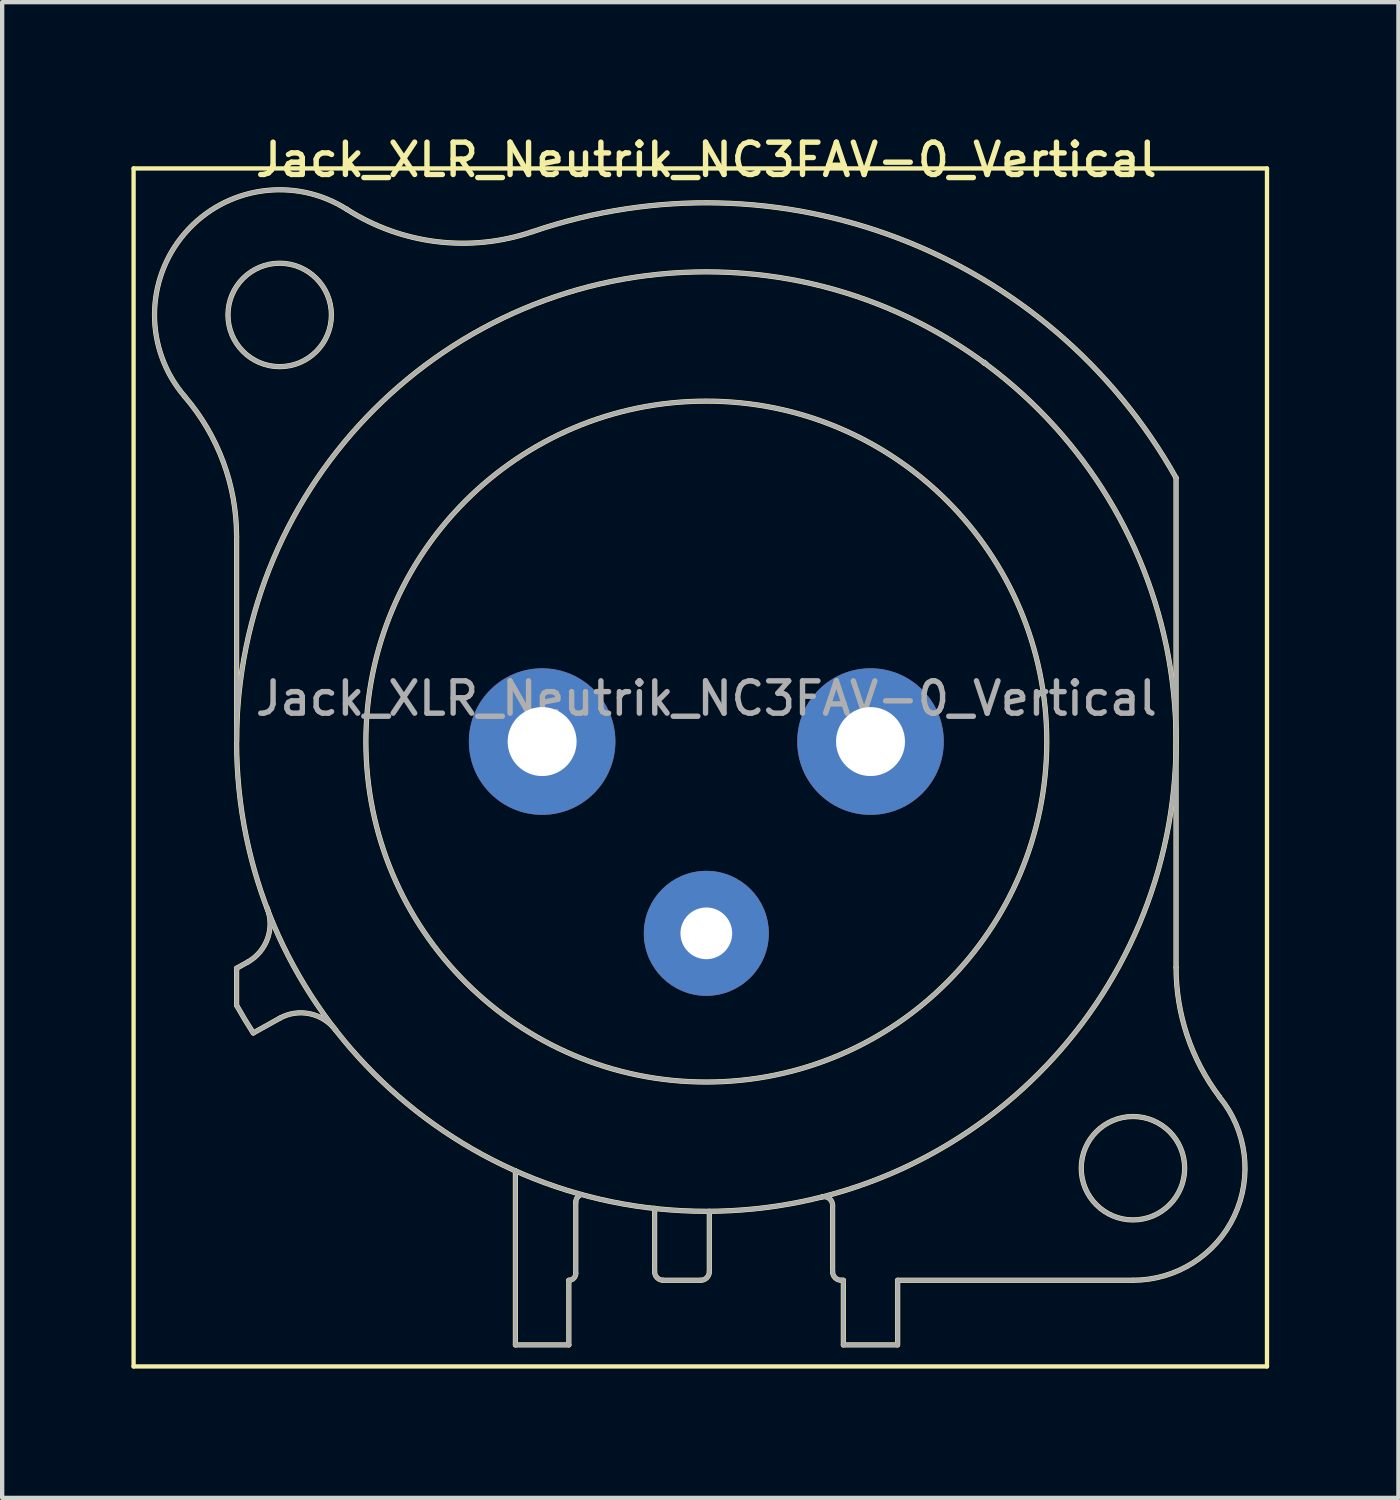
<source format=kicad_pcb>
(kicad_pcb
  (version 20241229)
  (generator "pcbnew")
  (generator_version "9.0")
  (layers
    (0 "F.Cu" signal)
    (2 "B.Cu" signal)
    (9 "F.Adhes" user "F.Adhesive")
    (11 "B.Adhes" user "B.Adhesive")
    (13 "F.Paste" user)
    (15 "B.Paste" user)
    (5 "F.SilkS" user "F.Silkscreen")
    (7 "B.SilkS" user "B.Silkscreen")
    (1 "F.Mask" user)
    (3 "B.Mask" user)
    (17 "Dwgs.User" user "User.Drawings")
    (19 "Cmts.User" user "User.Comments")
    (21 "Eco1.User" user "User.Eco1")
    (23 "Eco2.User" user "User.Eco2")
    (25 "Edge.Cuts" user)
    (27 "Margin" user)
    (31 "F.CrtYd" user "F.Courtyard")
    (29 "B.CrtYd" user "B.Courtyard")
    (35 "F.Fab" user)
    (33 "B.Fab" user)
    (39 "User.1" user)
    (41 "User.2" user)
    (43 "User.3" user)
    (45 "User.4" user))
  (footprint "Jack_XLR_Neutrik_NC3FAV-0_Vertical"
    (layer "F.Cu")
    (at 17.15 14.158)
    (property "Reference" "Jack_XLR_Neutrik_NC3FAV-0_Vertical" (at -3.81 -13.5 0) (layer "F.SilkS") (effects (font (size 0.75 0.75) (thickness 0.125))))
    (attr through_hole)
    (fp_line (start -17.1 -13.3) (end 9.2 -13.3) (stroke (width 0.1) (type solid)) (layer "F.SilkS"))
    (fp_line (start -17.1 14.5) (end -17.1 -13.3) (stroke (width 0.1) (type solid)) (layer "F.SilkS"))
    (fp_line (start -14.71 0) (end -14.71 -4.76) (stroke (width 0.12) (type solid)) (layer "F.SilkS"))
    (fp_line (start -14.71 5.26) (end -14.71 6.12) (stroke (width 0.12) (type solid)) (layer "F.SilkS"))
    (fp_line (start -14.44 5.11) (end -14.71 5.26) (stroke (width 0.12) (type solid)) (layer "F.SilkS"))
    (fp_line (start -14.32 6.76) (end -13.71 6.42) (stroke (width 0.12) (type solid)) (layer "F.SilkS"))
    (fp_line (start -8.24 9.96) (end -8.24 14) (stroke (width 0.12) (type solid)) (layer "F.SilkS"))
    (fp_line (start -7 12.5) (end -7 14) (stroke (width 0.12) (type solid)) (layer "F.SilkS"))
    (fp_line (start -7 14) (end -8.24 14) (stroke (width 0.12) (type solid)) (layer "F.SilkS"))
    (fp_line (start -6.84 12.34) (end -6.84 10.69) (stroke (width 0.12) (type solid)) (layer "F.SilkS"))
    (fp_line (start -5.01 10.83) (end -5.01 12.3) (stroke (width 0.12) (type solid)) (layer "F.SilkS"))
    (fp_line (start -3.94 12.5) (end -4.81 12.5) (stroke (width 0.12) (type solid)) (layer "F.SilkS"))
    (fp_line (start -3.74 10.9) (end -3.74 12.3) (stroke (width 0.12) (type solid)) (layer "F.SilkS"))
    (fp_line (start -0.88 12.3) (end -0.88 10.76) (stroke (width 0.12) (type solid)) (layer "F.SilkS"))
    (fp_line (start -0.63 12.5) (end -0.68 12.5) (stroke (width 0.12) (type solid)) (layer "F.SilkS"))
    (fp_line (start -0.63 12.5) (end -0.63 14) (stroke (width 0.12) (type solid)) (layer "F.SilkS"))
    (fp_line (start 0.62 14) (end -0.63 14) (stroke (width 0.12) (type solid)) (layer "F.SilkS"))
    (fp_line (start 0.63 12.5) (end 6.09 12.5) (stroke (width 0.12) (type solid)) (layer "F.SilkS"))
    (fp_line (start 0.63 14) (end 0.63 12.5) (stroke (width 0.12) (type solid)) (layer "F.SilkS"))
    (fp_line (start 7.09 5.24) (end 7.09 -6.12) (stroke (width 0.12) (type solid)) (layer "F.SilkS"))
    (fp_line (start 9.2 -13.3) (end 9.2 14.5) (stroke (width 0.1) (type solid)) (layer "F.SilkS"))
    (fp_line (start 9.2 14.5) (end -17.1 14.5) (stroke (width 0.1) (type solid)) (layer "F.SilkS"))
    (fp_arc (start -15.908829 -8.000856) (mid -15.019313 -6.48774) (end -14.71 -4.76) (stroke (width 0.12) (type solid)) (layer "F.SilkS"))
    (fp_arc (start -15.908236 -8.001617) (mid -15.907486 -11.799251) (end -12.15 -12.35) (stroke (width 0.12) (type solid)) (layer "F.SilkS"))
    (fp_arc (start -14.32314 6.763008) (mid -14.521396 6.444407) (end -14.71 6.12) (stroke (width 0.12) (type solid)) (layer "F.SilkS"))
    (fp_arc (start -14.004283 3.855674) (mid -13.989213 4.56375) (end -14.44 5.11) (stroke (width 0.12) (type solid)) (layer "F.SilkS"))
    (fp_arc (start -13.71 6.42) (mid -13.01025 6.315915) (end -12.412202 6.693832) (stroke (width 0.12) (type solid)) (layer "F.SilkS"))
    (fp_arc (start -7.848035 -11.831177) (mid -10.058192 -11.599923) (end -12.15 -12.35) (stroke (width 0.12) (type solid)) (layer "F.SilkS"))
    (fp_arc (start -7.841153 -11.83276) (mid 0.657009 -11.675197) (end 7.09 -6.12) (stroke (width 0.12) (type solid)) (layer "F.SilkS"))
    (fp_arc (start -6.84 10.69) (mid -6.803713 10.578321) (end -6.708713 10.509299) (stroke (width 0.12) (type solid)) (layer "F.SilkS"))
    (fp_arc (start -6.84 12.34) (mid -6.886863 12.453137) (end -7 12.5) (stroke (width 0.12) (type solid)) (layer "F.SilkS"))
    (fp_arc (start -4.81 12.5) (mid -4.951421 12.441421) (end -5.01 12.3) (stroke (width 0.12) (type solid)) (layer "F.SilkS"))
    (fp_arc (start -3.74 12.3) (mid -3.798579 12.441421) (end -3.94 12.5) (stroke (width 0.12) (type solid)) (layer "F.SilkS"))
    (fp_arc (start -1.1294 10.566197) (mid -0.957281 10.602076) (end -0.88 10.76) (stroke (width 0.12) (type solid)) (layer "F.SilkS"))
    (fp_arc (start -0.68 12.5) (mid -0.821421 12.441421) (end -0.88 12.3) (stroke (width 0.12) (type solid)) (layer "F.SilkS"))
    (fp_arc (start 2.636924 -8.782671) (mid 2.628394 -8.791269) (end 2.62 -8.8) (stroke (width 0.12) (type solid)) (layer "F.SilkS"))
    (fp_arc (start 2.680052 -8.767734) (mid 2.65973 -8.7835) (end 2.64 -8.8) (stroke (width 0.12) (type solid)) (layer "F.SilkS"))
    (fp_arc (start 8.095865 8.245761) (mid 8.441704 11.008824) (end 6.09 12.5) (stroke (width 0.12) (type solid)) (layer "F.SilkS"))
    (fp_arc (start 8.098032 8.243976) (mid 7.348729 6.824298) (end 7.09 5.24) (stroke (width 0.12) (type solid)) (layer "F.SilkS"))
    (fp_circle (center -13.71 -9.9) (end -12.51 -9.9) (stroke (width 0.12) (type solid)) (fill no) (layer "F.SilkS"))
    (fp_circle (center -3.81 0) (end 4.09 0) (stroke (width 0.12) (type solid)) (fill no) (layer "F.SilkS"))
    (fp_circle (center -3.81 0) (end 7.09 0) (stroke (width 0.12) (type solid)) (fill no) (layer "F.SilkS"))
    (fp_circle (center 6.09 9.9) (end 7.29 9.9) (stroke (width 0.12) (type solid)) (fill no) (layer "F.SilkS"))
    (fp_line (start -14.71 0) (end -14.71 -4.76) (stroke (width 0.1) (type solid)) (layer "F.Fab"))
    (fp_line (start -14.71 5.26) (end -14.71 6.12) (stroke (width 0.1) (type solid)) (layer "F.Fab"))
    (fp_line (start -14.44 5.11) (end -14.71 5.26) (stroke (width 0.1) (type solid)) (layer "F.Fab"))
    (fp_line (start -14.32 6.76) (end -13.71 6.42) (stroke (width 0.1) (type solid)) (layer "F.Fab"))
    (fp_line (start -8.24 9.96) (end -8.24 14) (stroke (width 0.1) (type solid)) (layer "F.Fab"))
    (fp_line (start -7 12.5) (end -7 14) (stroke (width 0.1) (type solid)) (layer "F.Fab"))
    (fp_line (start -7 14) (end -8.24 14) (stroke (width 0.1) (type solid)) (layer "F.Fab"))
    (fp_line (start -6.84 12.34) (end -6.84 10.69) (stroke (width 0.1) (type solid)) (layer "F.Fab"))
    (fp_line (start -5.01 10.83) (end -5.01 12.3) (stroke (width 0.1) (type solid)) (layer "F.Fab"))
    (fp_line (start -3.94 12.5) (end -4.81 12.5) (stroke (width 0.1) (type solid)) (layer "F.Fab"))
    (fp_line (start -3.74 10.9) (end -3.74 12.3) (stroke (width 0.1) (type solid)) (layer "F.Fab"))
    (fp_line (start -0.88 12.3) (end -0.88 10.76) (stroke (width 0.1) (type solid)) (layer "F.Fab"))
    (fp_line (start -0.63 12.5) (end -0.68 12.5) (stroke (width 0.1) (type solid)) (layer "F.Fab"))
    (fp_line (start -0.63 12.5) (end -0.63 14) (stroke (width 0.1) (type solid)) (layer "F.Fab"))
    (fp_line (start 0.62 14) (end -0.63 14) (stroke (width 0.1) (type solid)) (layer "F.Fab"))
    (fp_line (start 0.63 12.5) (end 6.09 12.5) (stroke (width 0.1) (type solid)) (layer "F.Fab"))
    (fp_line (start 0.63 14) (end 0.63 12.5) (stroke (width 0.1) (type solid)) (layer "F.Fab"))
    (fp_line (start 7.09 5.24) (end 7.09 -6.12) (stroke (width 0.1) (type solid)) (layer "F.Fab"))
    (fp_arc (start -15.908829 -8.000856) (mid -15.019313 -6.48774) (end -14.71 -4.76) (stroke (width 0.1) (type solid)) (layer "F.Fab"))
    (fp_arc (start -15.908236 -8.001617) (mid -15.907486 -11.799251) (end -12.15 -12.35) (stroke (width 0.1) (type solid)) (layer "F.Fab"))
    (fp_arc (start -14.32314 6.763008) (mid -14.521396 6.444407) (end -14.71 6.12) (stroke (width 0.1) (type solid)) (layer "F.Fab"))
    (fp_arc (start -14.004283 3.855674) (mid -13.989213 4.56375) (end -14.44 5.11) (stroke (width 0.1) (type solid)) (layer "F.Fab"))
    (fp_arc (start -13.71 6.42) (mid -13.01025 6.315915) (end -12.412202 6.693832) (stroke (width 0.1) (type solid)) (layer "F.Fab"))
    (fp_arc (start -7.848035 -11.831177) (mid -10.058192 -11.599923) (end -12.15 -12.35) (stroke (width 0.1) (type solid)) (layer "F.Fab"))
    (fp_arc (start -7.841153 -11.83276) (mid 0.657009 -11.675197) (end 7.09 -6.12) (stroke (width 0.1) (type solid)) (layer "F.Fab"))
    (fp_arc (start -6.84 10.69) (mid -6.803713 10.578321) (end -6.708713 10.509299) (stroke (width 0.1) (type solid)) (layer "F.Fab"))
    (fp_arc (start -6.84 12.34) (mid -6.886863 12.453137) (end -7 12.5) (stroke (width 0.1) (type solid)) (layer "F.Fab"))
    (fp_arc (start -4.81 12.5) (mid -4.951421 12.441421) (end -5.01 12.3) (stroke (width 0.1) (type solid)) (layer "F.Fab"))
    (fp_arc (start -3.74 12.3) (mid -3.798579 12.441421) (end -3.94 12.5) (stroke (width 0.1) (type solid)) (layer "F.Fab"))
    (fp_arc (start -1.1294 10.566197) (mid -0.957281 10.602076) (end -0.88 10.76) (stroke (width 0.1) (type solid)) (layer "F.Fab"))
    (fp_arc (start -0.68 12.5) (mid -0.821421 12.441421) (end -0.88 12.3) (stroke (width 0.1) (type solid)) (layer "F.Fab"))
    (fp_arc (start 2.636924 -8.782671) (mid 2.628394 -8.791269) (end 2.62 -8.8) (stroke (width 0.1) (type solid)) (layer "F.Fab"))
    (fp_arc (start 2.680052 -8.767734) (mid 2.65973 -8.7835) (end 2.64 -8.8) (stroke (width 0.1) (type solid)) (layer "F.Fab"))
    (fp_arc (start 8.095865 8.245761) (mid 8.441704 11.008824) (end 6.09 12.5) (stroke (width 0.1) (type solid)) (layer "F.Fab"))
    (fp_arc (start 8.098032 8.243976) (mid 7.348729 6.824298) (end 7.09 5.24) (stroke (width 0.1) (type solid)) (layer "F.Fab"))
    (fp_circle (center -13.71 -9.9) (end -12.51 -9.9) (stroke (width 0.1) (type solid)) (fill no) (layer "F.Fab"))
    (fp_circle (center -3.81 0) (end 4.09 0) (stroke (width 0.1) (type solid)) (fill no) (layer "F.Fab"))
    (fp_circle (center -3.81 0) (end 7.09 0) (stroke (width 0.1) (type solid)) (fill no) (layer "F.Fab"))
    (fp_circle (center 6.09 9.9) (end 7.29 9.9) (stroke (width 0.1) (type solid)) (fill no) (layer "F.Fab"))
    (fp_text user "${REFERENCE}" (at -3.81 -1 0) (layer "F.Fab") (effects (font (size 0.75 0.75) (thickness 0.125))))
    (pad "1" thru_hole circle (at 0 0) (size 3.4 3.4) (drill 1.6) (layers "*.Cu" "*.Mask"))
    (pad "2" thru_hole circle (at -7.62 0) (size 3.4 3.4) (drill 1.6) (layers "*.Cu" "*.Mask"))
    (pad "3" thru_hole circle (at -3.81 4.45) (size 2.9 2.9) (drill 1.2) (layers "*.Cu" "*.Mask")))
  (gr_rect
    (start -3 -3)
    (end 29.4 31.708)
    (stroke (width 0.1) (type default))
    (fill no)
    (layer "Edge.Cuts")))
</source>
